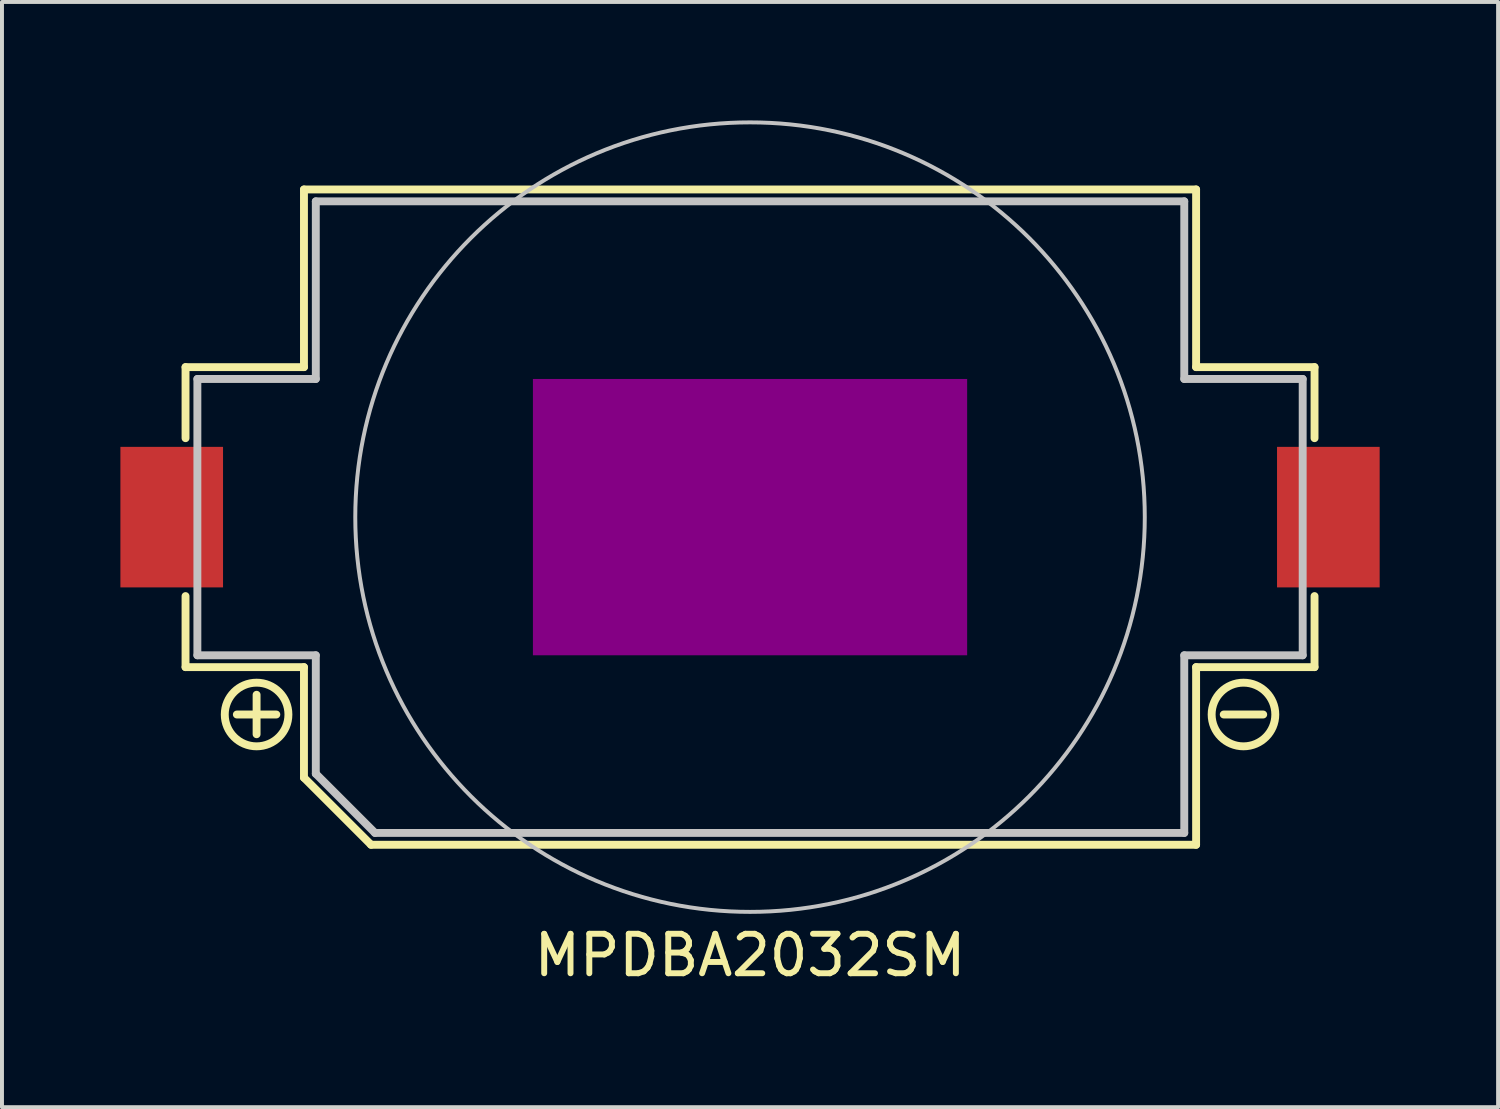
<source format=kicad_pcb>
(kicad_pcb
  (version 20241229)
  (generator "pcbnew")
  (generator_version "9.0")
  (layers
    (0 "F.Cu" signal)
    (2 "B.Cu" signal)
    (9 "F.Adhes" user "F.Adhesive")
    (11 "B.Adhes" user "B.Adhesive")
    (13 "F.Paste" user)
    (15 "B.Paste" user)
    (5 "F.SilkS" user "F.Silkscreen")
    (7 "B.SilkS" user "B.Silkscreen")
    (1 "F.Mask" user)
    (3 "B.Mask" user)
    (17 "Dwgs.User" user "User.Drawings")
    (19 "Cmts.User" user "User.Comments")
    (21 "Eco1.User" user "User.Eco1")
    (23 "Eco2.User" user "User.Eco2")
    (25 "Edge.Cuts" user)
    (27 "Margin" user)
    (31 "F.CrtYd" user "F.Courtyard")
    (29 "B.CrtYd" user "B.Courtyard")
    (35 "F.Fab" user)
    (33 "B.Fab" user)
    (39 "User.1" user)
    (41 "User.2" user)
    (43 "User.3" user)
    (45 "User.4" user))
  (footprint "MPDBA2032SM"
    (layer "F.Cu")
    (at 15.95 10.05)
    (property "Reference" "MPDBA2032SM" (at 0 11.1 0) (layer "F.SilkS") (effects (font (size 1 1) (thickness 0.15))))
    (attr through_hole)
    (fp_line (start -14.3 -3.8) (end -14.3 -2) (stroke (width 0.2) (type solid)) (layer "F.SilkS"))
    (fp_line (start -14.3 3.8) (end -14.3 2) (stroke (width 0.2) (type solid)) (layer "F.SilkS"))
    (fp_line (start -12.5 5.5) (end -12.5 4.5) (stroke (width 0.2) (type solid)) (layer "F.SilkS"))
    (fp_line (start -12 5) (end -13 5) (stroke (width 0.2) (type solid)) (layer "F.SilkS"))
    (fp_line (start -11.3 -8.3) (end -11.3 -3.8) (stroke (width 0.2) (type solid)) (layer "F.SilkS"))
    (fp_line (start -11.3 -3.8) (end -14.3 -3.8) (stroke (width 0.2) (type solid)) (layer "F.SilkS"))
    (fp_line (start -11.3 3.8) (end -14.3 3.8) (stroke (width 0.2) (type solid)) (layer "F.SilkS"))
    (fp_line (start -11.3 3.8) (end -11.3 6.6) (stroke (width 0.2) (type solid)) (layer "F.SilkS"))
    (fp_line (start -11.3 6.6) (end -9.6 8.3) (stroke (width 0.2) (type solid)) (layer "F.SilkS"))
    (fp_line (start -9.6 8.3) (end 11.3 8.3) (stroke (width 0.2) (type solid)) (layer "F.SilkS"))
    (fp_line (start 11.3 -8.3) (end -11.3 -8.3) (stroke (width 0.2) (type solid)) (layer "F.SilkS"))
    (fp_line (start 11.3 -3.8) (end 11.3 -8.3) (stroke (width 0.2) (type solid)) (layer "F.SilkS"))
    (fp_line (start 11.3 3.8) (end 14.3 3.8) (stroke (width 0.2) (type solid)) (layer "F.SilkS"))
    (fp_line (start 11.3 8.3) (end 11.3 3.8) (stroke (width 0.2) (type solid)) (layer "F.SilkS"))
    (fp_line (start 12 5) (end 13 5) (stroke (width 0.2) (type solid)) (layer "F.SilkS"))
    (fp_line (start 14.3 -3.8) (end 11.3 -3.8) (stroke (width 0.2) (type solid)) (layer "F.SilkS"))
    (fp_line (start 14.3 -3.8) (end 14.3 -2) (stroke (width 0.2) (type solid)) (layer "F.SilkS"))
    (fp_line (start 14.3 3.8) (end 14.3 2) (stroke (width 0.2) (type solid)) (layer "F.SilkS"))
    (fp_circle (center -12.5 5) (end -13.2 5.4) (stroke (width 0.2) (type solid)) (fill no) (layer "F.SilkS"))
    (fp_circle (center 12.5 5) (end 13.2 5.4) (stroke (width 0.2) (type solid)) (fill no) (layer "F.SilkS"))
    (fp_line (start -14 -3.5) (end -14 3.5) (stroke (width 0.2) (type solid)) (layer "Dwgs.User"))
    (fp_line (start -11 -8) (end -11 -3.5) (stroke (width 0.2) (type solid)) (layer "Dwgs.User"))
    (fp_line (start -11 -8) (end 11 -8) (stroke (width 0.2) (type solid)) (layer "Dwgs.User"))
    (fp_line (start -11 -3.5) (end -14 -3.5) (stroke (width 0.2) (type solid)) (layer "Dwgs.User"))
    (fp_line (start -11 3.5) (end -14 3.5) (stroke (width 0.2) (type solid)) (layer "Dwgs.User"))
    (fp_line (start -11 3.5) (end -11 6.5) (stroke (width 0.2) (type solid)) (layer "Dwgs.User"))
    (fp_line (start -9.5 8) (end -11 6.5) (stroke (width 0.2) (type solid)) (layer "Dwgs.User"))
    (fp_line (start -9.5 8) (end 11 8) (stroke (width 0.2) (type solid)) (layer "Dwgs.User"))
    (fp_line (start 11 -8) (end 11 -3.5) (stroke (width 0.2) (type solid)) (layer "Dwgs.User"))
    (fp_line (start 11 3.5) (end 11 8) (stroke (width 0.2) (type solid)) (layer "Dwgs.User"))
    (fp_line (start 14 -3.5) (end 11 -3.5) (stroke (width 0.2) (type solid)) (layer "Dwgs.User"))
    (fp_line (start 14 -3.5) (end 14 3.5) (stroke (width 0.2) (type solid)) (layer "Dwgs.User"))
    (fp_line (start 14 3.5) (end 11 3.5) (stroke (width 0.2) (type solid)) (layer "Dwgs.User"))
    (fp_circle (center 0 0) (end 0 10) (stroke (width 0.1) (type solid)) (fill no) (layer "Dwgs.User"))
    (pad "" smd rect (at 0 0) (size 11 7) (layers "F.Adhes"))
    (pad "1" smd rect (at -14.65 0) (size 2.6 3.56) (layers "F.Cu" "F.Mask" "F.Paste"))
    (pad "2" smd rect (at 14.65 0) (size 2.6 3.56) (layers "F.Cu" "F.Mask" "F.Paste")))
  (gr_rect
    (start -3 -3)
    (end 34.9 24.998)
    (stroke (width 0.1) (type default))
    (fill no)
    (layer "Edge.Cuts")))
</source>
